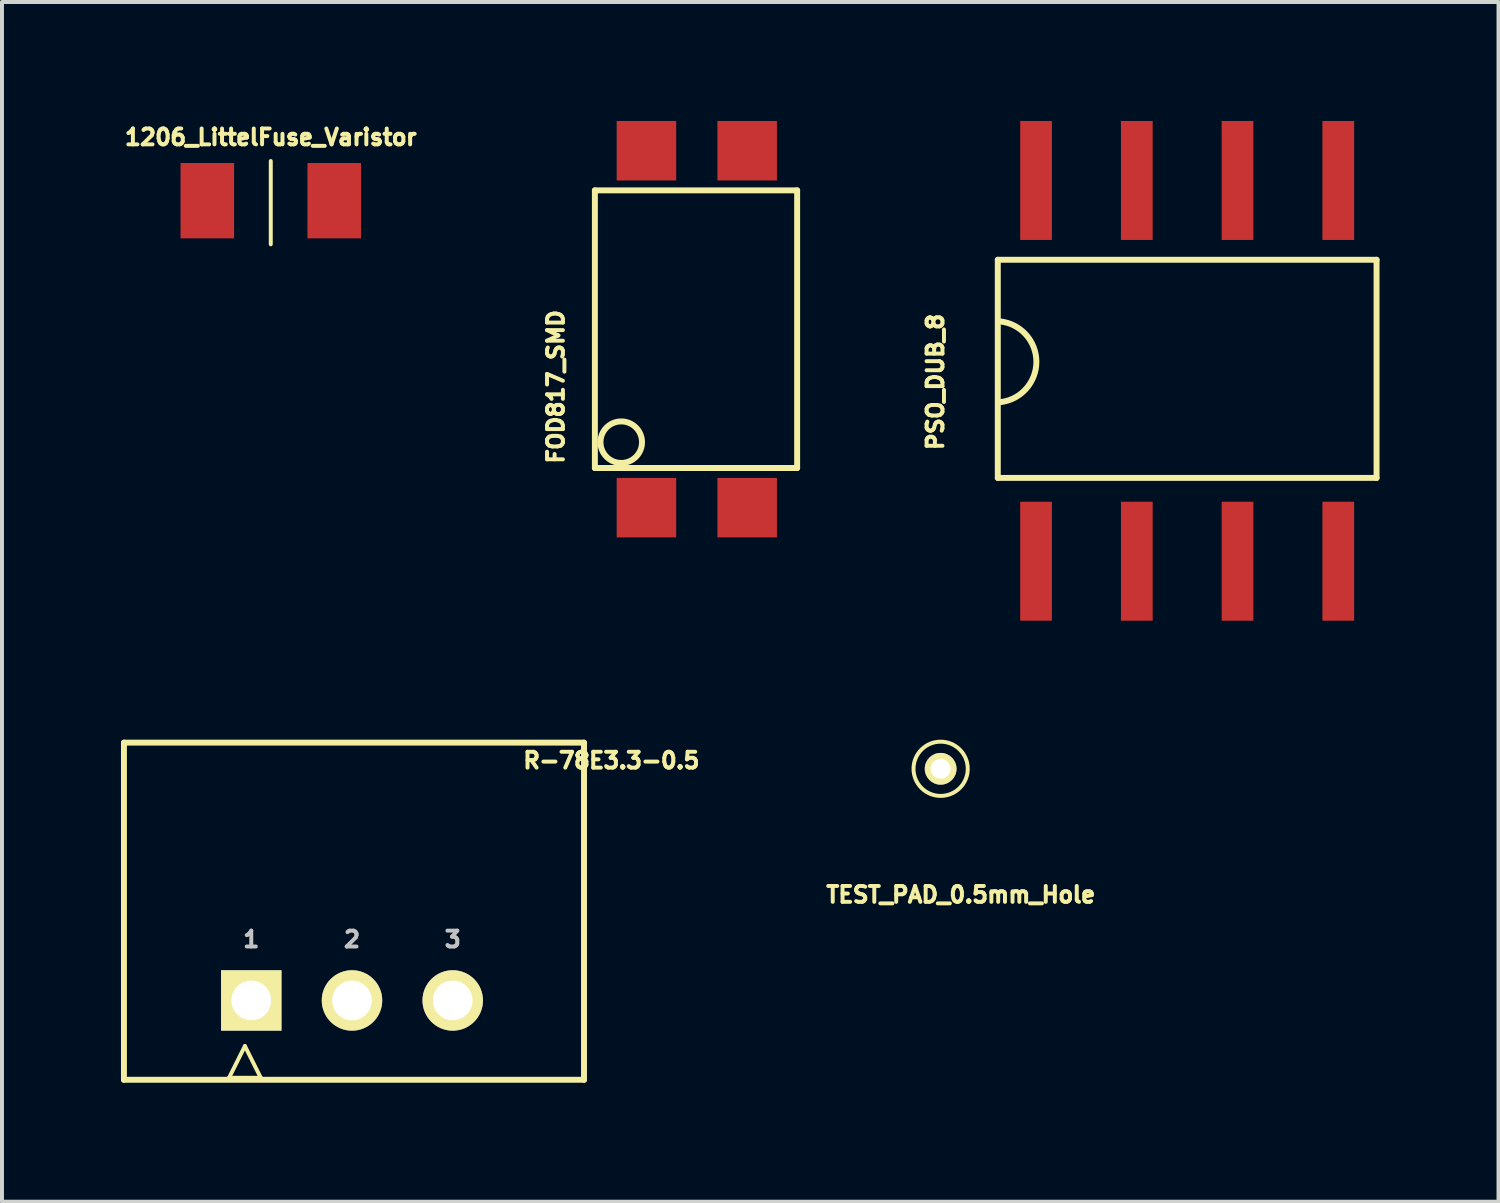
<source format=kicad_pcb>
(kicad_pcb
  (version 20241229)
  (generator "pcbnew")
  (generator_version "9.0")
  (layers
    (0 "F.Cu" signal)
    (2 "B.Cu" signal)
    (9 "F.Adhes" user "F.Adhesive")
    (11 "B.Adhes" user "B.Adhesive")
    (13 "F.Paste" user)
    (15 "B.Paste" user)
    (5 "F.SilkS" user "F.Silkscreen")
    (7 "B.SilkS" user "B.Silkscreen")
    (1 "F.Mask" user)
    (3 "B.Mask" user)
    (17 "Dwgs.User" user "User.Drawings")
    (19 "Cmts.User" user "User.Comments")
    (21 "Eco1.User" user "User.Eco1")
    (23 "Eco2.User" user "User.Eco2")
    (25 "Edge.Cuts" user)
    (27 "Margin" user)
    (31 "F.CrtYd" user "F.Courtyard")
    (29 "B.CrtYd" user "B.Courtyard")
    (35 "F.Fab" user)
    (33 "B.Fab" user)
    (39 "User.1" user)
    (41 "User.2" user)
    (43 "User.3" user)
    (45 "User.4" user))
  (footprint "R-78E3.3-0.5"
    (layer "F.Cu")
    (at 5.825 19.925)
    (property "Reference" "R-78E3.3-0.5" (at 6.54 -3.8 0) (layer "F.SilkS") (effects (font (size 0.4 0.4) (thickness 0.1))))
    (attr through_hole)
    (fp_line (start -5.75 -4.25) (end 5.85 -4.25) (stroke (width 0.15) (type solid)) (layer "F.SilkS"))
    (fp_line (start -5.75 4.25) (end -5.75 -4.25) (stroke (width 0.15) (type solid)) (layer "F.SilkS"))
    (fp_line (start -5.75 4.25) (end 5.85 4.25) (stroke (width 0.15) (type solid)) (layer "F.SilkS"))
    (fp_line (start -3.1 4.2) (end -2.7 3.4) (stroke (width 0.1) (type solid)) (layer "F.SilkS"))
    (fp_line (start -2.7 3.4) (end -2.3 4.2) (stroke (width 0.1) (type solid)) (layer "F.SilkS"))
    (fp_line (start -2.3 4.2) (end -3.1 4.2) (stroke (width 0.1) (type solid)) (layer "F.SilkS"))
    (fp_line (start 5.85 4.25) (end 5.85 -4.25) (stroke (width 0.15) (type solid)) (layer "F.SilkS"))
    (fp_text user "2" (at 0 0.71 0) (layer "Dwgs.User") (effects (font (size 0.4 0.4) (thickness 0.1))))
    (fp_text user "3" (at 2.54 0.71 0) (layer "Dwgs.User") (effects (font (size 0.4 0.4) (thickness 0.1))))
    (fp_text user "1" (at -2.54 0.71 0) (layer "Dwgs.User") (effects (font (size 0.4 0.4) (thickness 0.1))))
    (pad "1" thru_hole trapezoid (at -2.54 2.25) (size 1.524 1.524) (drill 1) (layers "*.Cu" "*.Mask" "F.SilkS"))
    (pad "2" thru_hole circle (at 0 2.25) (size 1.524 1.524) (drill 1) (layers "*.Cu" "*.Mask" "F.SilkS"))
    (pad "3" thru_hole circle (at 2.54 2.25) (size 1.524 1.524) (drill 1) (layers "*.Cu" "*.Mask" "F.SilkS")))
  (footprint "PSO_DUB_8"
    (layer "F.Cu")
    (at 23.073 1.5)
    (property "Reference" "PSO_DUB_8" (at -2.54 5.08 270) (layer "F.SilkS") (effects (font (size 0.4 0.4) (thickness 0.1))))
    (attr through_hole)
    (fp_line (start -0.965 2) (end -0.965 7.5) (stroke (width 0.15) (type solid)) (layer "F.SilkS"))
    (fp_line (start -0.965 7.5) (end 8.585 7.5) (stroke (width 0.15) (type solid)) (layer "F.SilkS"))
    (fp_line (start 8.585 2) (end -0.965 2) (stroke (width 0.15) (type solid)) (layer "F.SilkS"))
    (fp_line (start 8.585 7.5) (end 8.585 2) (stroke (width 0.15) (type solid)) (layer "F.SilkS"))
    (fp_arc (start -0.889 3.556) (mid 0.007907 4.572) (end -0.889001 5.588) (stroke (width 0.15) (type solid)) (layer "F.SilkS"))
    (pad "1" smd rect (at 0 9.6) (size 0.8 3) (layers "F.Cu" "F.Mask" "F.Paste"))
    (pad "2" smd rect (at 2.54 9.6) (size 0.8 3) (layers "F.Cu" "F.Mask" "F.Paste"))
    (pad "3" smd rect (at 5.08 9.6) (size 0.8 3) (layers "F.Cu" "F.Mask" "F.Paste"))
    (pad "4" smd rect (at 7.62 9.6) (size 0.8 3) (layers "F.Cu" "F.Mask" "F.Paste"))
    (pad "5" smd rect (at 7.62 0) (size 0.8 3) (layers "F.Cu" "F.Mask" "F.Paste"))
    (pad "6" smd rect (at 5.08 0) (size 0.8 3) (layers "F.Cu" "F.Mask" "F.Paste"))
    (pad "7" smd rect (at 2.54 0) (size 0.8 3) (layers "F.Cu" "F.Mask" "F.Paste"))
    (pad "8" smd rect (at 0 0) (size 0.8 3) (layers "F.Cu" "F.Mask" "F.Paste")))
  (footprint "1206_LittelFuse_Varistor"
    (layer "F.Cu")
    (at 3.777 2.01)
    (property "Reference" "1206_LittelFuse_Varistor" (at 0 -1.6 180) (layer "F.SilkS") (effects (font (size 0.4 0.4) (thickness 0.1))))
    (attr through_hole)
    (fp_line (start 0 -1) (end 0 1.1) (stroke (width 0.1) (type solid)) (layer "F.SilkS"))
    (pad "1" smd rect (at -1.6 0) (size 1.35 1.9) (layers "F.Cu" "F.Mask" "F.Paste"))
    (pad "2" smd rect (at 1.6 0) (size 1.35 1.9) (layers "F.Cu" "F.Mask" "F.Paste")))
  (footprint "TEST_PAD_0.5mm_Hole"
    (layer "F.Cu")
    (at 20.667 16.334)
    (property "Reference" "TEST_PAD_0.5mm_Hole" (at 0.508 3.175 0) (layer "F.SilkS") (effects (font (size 0.4 0.4) (thickness 0.1))))
    (attr through_hole)
    (fp_circle (center 0 0) (end -0.254 -0.635) (stroke (width 0.1) (type solid)) (fill no) (layer "F.SilkS"))
    (pad "1" thru_hole circle (at 0 0) (size 0.8 0.8) (drill 0.5) (layers "*.Cu" "*.Mask" "F.SilkS")))
  (footprint "FOD817_SMD"
    (layer "F.Cu")
    (at 13.249 9.75)
    (property "Reference" "FOD817_SMD" (at -2.286 -3.048 90) (layer "F.SilkS") (effects (font (size 0.4 0.4) (thickness 0.1))))
    (attr through_hole)
    (fp_line (start -1.3 -8) (end 3.8 -8) (stroke (width 0.15) (type solid)) (layer "F.SilkS"))
    (fp_line (start -1.3 -1) (end -1.3 -8) (stroke (width 0.15) (type solid)) (layer "F.SilkS"))
    (fp_line (start -1.3 -1) (end 3.8 -1) (stroke (width 0.15) (type solid)) (layer "F.SilkS"))
    (fp_line (start 3.8 -1) (end 3.8 -8) (stroke (width 0.15) (type solid)) (layer "F.SilkS"))
    (fp_circle (center -0.635 -1.651) (end -0.508 -2.159) (stroke (width 0.15) (type solid)) (fill no) (layer "F.SilkS"))
    (pad "1" smd rect (at 0 0) (size 1.5 1.5) (layers "F.Cu" "F.Mask" "F.Paste"))
    (pad "2" smd rect (at 2.54 0) (size 1.5 1.5) (layers "F.Cu" "F.Mask" "F.Paste"))
    (pad "3" smd rect (at 2.54 -9) (size 1.5 1.5) (layers "F.Cu" "F.Mask" "F.Paste"))
    (pad "4" smd rect (at 0 -9) (size 1.5 1.5) (layers "F.Cu" "F.Mask" "F.Paste")))
  (gr_rect
    (start -3 -3)
    (end 34.733 27.25)
    (stroke (width 0.1) (type default))
    (fill no)
    (layer "Edge.Cuts")))
</source>
